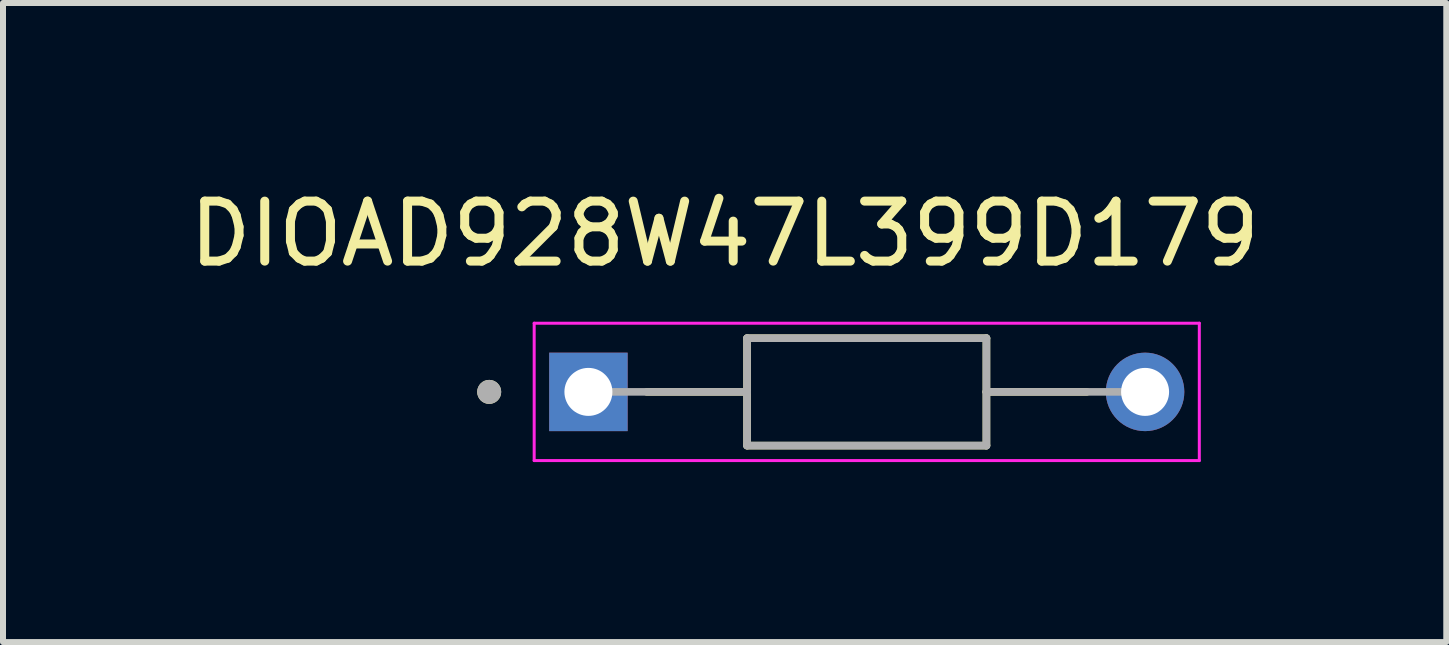
<source format=kicad_pcb>
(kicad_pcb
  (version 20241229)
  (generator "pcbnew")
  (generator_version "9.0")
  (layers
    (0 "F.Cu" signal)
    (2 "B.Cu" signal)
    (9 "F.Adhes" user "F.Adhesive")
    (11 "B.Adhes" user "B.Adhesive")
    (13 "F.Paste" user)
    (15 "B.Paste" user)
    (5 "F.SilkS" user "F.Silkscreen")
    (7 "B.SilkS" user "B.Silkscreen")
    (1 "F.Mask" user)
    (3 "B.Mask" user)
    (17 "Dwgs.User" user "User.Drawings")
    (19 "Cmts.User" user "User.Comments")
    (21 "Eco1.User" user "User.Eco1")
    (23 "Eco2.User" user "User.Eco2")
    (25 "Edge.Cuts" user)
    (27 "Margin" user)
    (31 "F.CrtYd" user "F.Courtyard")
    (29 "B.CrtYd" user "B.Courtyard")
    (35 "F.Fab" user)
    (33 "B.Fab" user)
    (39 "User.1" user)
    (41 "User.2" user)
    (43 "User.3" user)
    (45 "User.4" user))
  (footprint "DIOAD928W47L399D179"
    (layer "F.Cu")
    (at 11.399 3.483)
    (property "Reference" "DIOAD928W47L399D179" (at -2.369 -2.635 0) (layer "F.SilkS") (effects (font (size 1 1) (thickness 0.15))))
    (attr through_hole)
    (fp_line (start -1.995 -0.895) (end -1.995 0) (stroke (width 0.127) (type solid)) (layer "F.SilkS"))
    (fp_line (start -1.995 0) (end -3.666 0) (stroke (width 0.127) (type solid)) (layer "F.SilkS"))
    (fp_line (start -1.995 0) (end -1.995 0.895) (stroke (width 0.127) (type solid)) (layer "F.SilkS"))
    (fp_line (start -1.995 0.895) (end 1.995 0.895) (stroke (width 0.127) (type solid)) (layer "F.SilkS"))
    (fp_line (start 1.995 -0.895) (end -1.995 -0.895) (stroke (width 0.127) (type solid)) (layer "F.SilkS"))
    (fp_line (start 1.995 0) (end 1.995 -0.895) (stroke (width 0.127) (type solid)) (layer "F.SilkS"))
    (fp_line (start 1.995 0) (end 3.666 0) (stroke (width 0.127) (type solid)) (layer "F.SilkS"))
    (fp_line (start 1.995 0.895) (end 1.995 0) (stroke (width 0.127) (type solid)) (layer "F.SilkS"))
    (fp_circle (center -6.294 0) (end -6.194 0) (stroke (width 0.2) (type solid)) (fill no) (layer "F.SilkS"))
    (fp_line (start -5.544 -1.145) (end -5.544 1.145) (stroke (width 0.05) (type solid)) (layer "F.CrtYd"))
    (fp_line (start -5.544 1.145) (end 5.544 1.145) (stroke (width 0.05) (type solid)) (layer "F.CrtYd"))
    (fp_line (start 5.544 -1.145) (end -5.544 -1.145) (stroke (width 0.05) (type solid)) (layer "F.CrtYd"))
    (fp_line (start 5.544 1.145) (end 5.544 -1.145) (stroke (width 0.05) (type solid)) (layer "F.CrtYd"))
    (fp_line (start -1.995 -0.895) (end -1.995 0) (stroke (width 0.127) (type solid)) (layer "F.Fab"))
    (fp_line (start -1.995 0) (end -4.64 0) (stroke (width 0.127) (type solid)) (layer "F.Fab"))
    (fp_line (start -1.995 0) (end -1.995 0.895) (stroke (width 0.127) (type solid)) (layer "F.Fab"))
    (fp_line (start -1.995 0.895) (end 1.995 0.895) (stroke (width 0.127) (type solid)) (layer "F.Fab"))
    (fp_line (start 1.995 -0.895) (end -1.995 -0.895) (stroke (width 0.127) (type solid)) (layer "F.Fab"))
    (fp_line (start 1.995 0) (end 1.995 -0.895) (stroke (width 0.127) (type solid)) (layer "F.Fab"))
    (fp_line (start 1.995 0) (end 4.64 0) (stroke (width 0.127) (type solid)) (layer "F.Fab"))
    (fp_line (start 1.995 0.895) (end 1.995 0) (stroke (width 0.127) (type solid)) (layer "F.Fab"))
    (fp_circle (center -6.294 0) (end -6.194 0) (stroke (width 0.2) (type solid)) (fill no) (layer "F.Fab"))
    (pad "A" thru_hole circle (at 4.64 0) (size 1.308 1.308) (drill 0.8) (layers "*.Cu" "*.Mask"))
    (pad "C" thru_hole rect (at -4.64 0) (size 1.308 1.308) (drill 0.8) (layers "*.Cu" "*.Mask")))
  (gr_rect
    (start -3 -3)
    (end 21.06 7.653)
    (stroke (width 0.1) (type default))
    (fill no)
    (layer "Edge.Cuts")))
</source>
